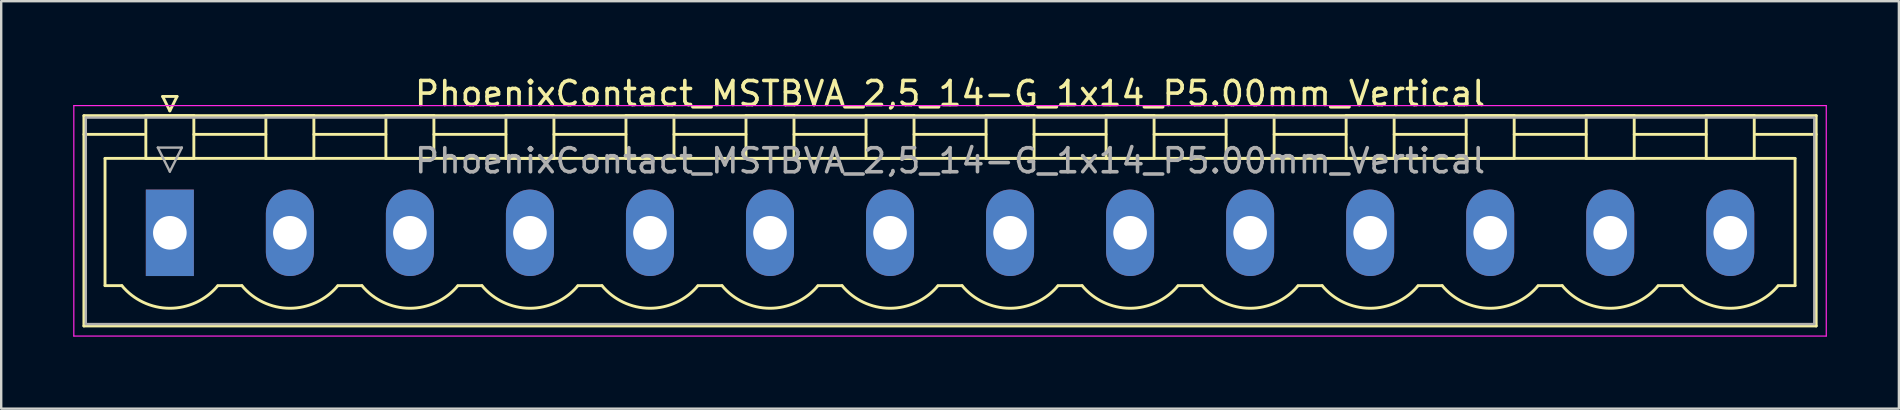
<source format=kicad_pcb>
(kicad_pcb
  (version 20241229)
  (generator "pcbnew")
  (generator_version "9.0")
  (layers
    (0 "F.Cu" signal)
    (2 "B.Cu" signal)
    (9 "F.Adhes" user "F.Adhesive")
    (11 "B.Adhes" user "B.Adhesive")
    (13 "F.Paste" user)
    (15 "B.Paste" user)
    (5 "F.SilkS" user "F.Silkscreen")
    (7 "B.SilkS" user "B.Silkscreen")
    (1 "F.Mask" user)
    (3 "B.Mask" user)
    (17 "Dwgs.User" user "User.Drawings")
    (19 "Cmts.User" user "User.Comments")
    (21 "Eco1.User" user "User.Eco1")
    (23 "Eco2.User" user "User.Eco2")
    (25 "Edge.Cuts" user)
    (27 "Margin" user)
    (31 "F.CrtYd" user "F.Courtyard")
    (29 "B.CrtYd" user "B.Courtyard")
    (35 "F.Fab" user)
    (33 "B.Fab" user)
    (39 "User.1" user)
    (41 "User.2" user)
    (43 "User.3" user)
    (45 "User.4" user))
  (footprint "PhoenixContact_MSTBVA_2,5_14-G_1x14_P5.00mm_Vertical"
    (layer "F.Cu")
    (at 4.025 6.648)
    (property "Reference" "PhoenixContact_MSTBVA_2,5_14-G_1x14_P5.00mm_Vertical" (at 32.5 -5.8 0) (layer "F.SilkS") (effects (font (size 1 1) (thickness 0.15))))
    (attr through_hole)
    (fp_line (start -3.58 -4.88) (end -3.58 3.88) (stroke (width 0.12) (type solid)) (layer "F.SilkS"))
    (fp_line (start -3.58 -4.1) (end -1.08 -4.1) (stroke (width 0.12) (type solid)) (layer "F.SilkS"))
    (fp_line (start -3.58 3.88) (end 68.58 3.88) (stroke (width 0.12) (type solid)) (layer "F.SilkS"))
    (fp_line (start -2.7 -3.1) (end 67.7 -3.1) (stroke (width 0.12) (type solid)) (layer "F.SilkS"))
    (fp_line (start -2.7 2.2) (end -2.7 -3.1) (stroke (width 0.12) (type solid)) (layer "F.SilkS"))
    (fp_line (start -2 2.2) (end -2.7 2.2) (stroke (width 0.12) (type solid)) (layer "F.SilkS"))
    (fp_line (start -1 -4.88) (end 1 -4.88) (stroke (width 0.12) (type solid)) (layer "F.SilkS"))
    (fp_line (start -1 -3.1) (end -1 -4.88) (stroke (width 0.12) (type solid)) (layer "F.SilkS"))
    (fp_line (start -0.3 -5.68) (end 0.3 -5.68) (stroke (width 0.12) (type solid)) (layer "F.SilkS"))
    (fp_line (start 0 -5.08) (end -0.3 -5.68) (stroke (width 0.12) (type solid)) (layer "F.SilkS"))
    (fp_line (start 0.3 -5.68) (end 0 -5.08) (stroke (width 0.12) (type solid)) (layer "F.SilkS"))
    (fp_line (start 1 -4.88) (end 1 -3.1) (stroke (width 0.12) (type solid)) (layer "F.SilkS"))
    (fp_line (start 1 -4.1) (end 4 -4.1) (stroke (width 0.12) (type solid)) (layer "F.SilkS"))
    (fp_line (start 1 -3.1) (end -1 -3.1) (stroke (width 0.12) (type solid)) (layer "F.SilkS"))
    (fp_line (start 2 2.2) (end 3 2.2) (stroke (width 0.12) (type solid)) (layer "F.SilkS"))
    (fp_line (start 4 -4.88) (end 6 -4.88) (stroke (width 0.12) (type solid)) (layer "F.SilkS"))
    (fp_line (start 4 -3.1) (end 4 -4.88) (stroke (width 0.12) (type solid)) (layer "F.SilkS"))
    (fp_line (start 6 -4.88) (end 6 -3.1) (stroke (width 0.12) (type solid)) (layer "F.SilkS"))
    (fp_line (start 6 -4.1) (end 9 -4.1) (stroke (width 0.12) (type solid)) (layer "F.SilkS"))
    (fp_line (start 6 -3.1) (end 4 -3.1) (stroke (width 0.12) (type solid)) (layer "F.SilkS"))
    (fp_line (start 7 2.2) (end 8 2.2) (stroke (width 0.12) (type solid)) (layer "F.SilkS"))
    (fp_line (start 9 -4.88) (end 11 -4.88) (stroke (width 0.12) (type solid)) (layer "F.SilkS"))
    (fp_line (start 9 -3.1) (end 9 -4.88) (stroke (width 0.12) (type solid)) (layer "F.SilkS"))
    (fp_line (start 11 -4.88) (end 11 -3.1) (stroke (width 0.12) (type solid)) (layer "F.SilkS"))
    (fp_line (start 11 -4.1) (end 14 -4.1) (stroke (width 0.12) (type solid)) (layer "F.SilkS"))
    (fp_line (start 11 -3.1) (end 9 -3.1) (stroke (width 0.12) (type solid)) (layer "F.SilkS"))
    (fp_line (start 12 2.2) (end 13 2.2) (stroke (width 0.12) (type solid)) (layer "F.SilkS"))
    (fp_line (start 14 -4.88) (end 16 -4.88) (stroke (width 0.12) (type solid)) (layer "F.SilkS"))
    (fp_line (start 14 -3.1) (end 14 -4.88) (stroke (width 0.12) (type solid)) (layer "F.SilkS"))
    (fp_line (start 16 -4.88) (end 16 -3.1) (stroke (width 0.12) (type solid)) (layer "F.SilkS"))
    (fp_line (start 16 -4.1) (end 19 -4.1) (stroke (width 0.12) (type solid)) (layer "F.SilkS"))
    (fp_line (start 16 -3.1) (end 14 -3.1) (stroke (width 0.12) (type solid)) (layer "F.SilkS"))
    (fp_line (start 17 2.2) (end 18 2.2) (stroke (width 0.12) (type solid)) (layer "F.SilkS"))
    (fp_line (start 19 -4.88) (end 21 -4.88) (stroke (width 0.12) (type solid)) (layer "F.SilkS"))
    (fp_line (start 19 -3.1) (end 19 -4.88) (stroke (width 0.12) (type solid)) (layer "F.SilkS"))
    (fp_line (start 21 -4.88) (end 21 -3.1) (stroke (width 0.12) (type solid)) (layer "F.SilkS"))
    (fp_line (start 21 -4.1) (end 24 -4.1) (stroke (width 0.12) (type solid)) (layer "F.SilkS"))
    (fp_line (start 21 -3.1) (end 19 -3.1) (stroke (width 0.12) (type solid)) (layer "F.SilkS"))
    (fp_line (start 22 2.2) (end 23 2.2) (stroke (width 0.12) (type solid)) (layer "F.SilkS"))
    (fp_line (start 24 -4.88) (end 26 -4.88) (stroke (width 0.12) (type solid)) (layer "F.SilkS"))
    (fp_line (start 24 -3.1) (end 24 -4.88) (stroke (width 0.12) (type solid)) (layer "F.SilkS"))
    (fp_line (start 26 -4.88) (end 26 -3.1) (stroke (width 0.12) (type solid)) (layer "F.SilkS"))
    (fp_line (start 26 -4.1) (end 29 -4.1) (stroke (width 0.12) (type solid)) (layer "F.SilkS"))
    (fp_line (start 26 -3.1) (end 24 -3.1) (stroke (width 0.12) (type solid)) (layer "F.SilkS"))
    (fp_line (start 27 2.2) (end 28 2.2) (stroke (width 0.12) (type solid)) (layer "F.SilkS"))
    (fp_line (start 29 -4.88) (end 31 -4.88) (stroke (width 0.12) (type solid)) (layer "F.SilkS"))
    (fp_line (start 29 -3.1) (end 29 -4.88) (stroke (width 0.12) (type solid)) (layer "F.SilkS"))
    (fp_line (start 31 -4.88) (end 31 -3.1) (stroke (width 0.12) (type solid)) (layer "F.SilkS"))
    (fp_line (start 31 -4.1) (end 34 -4.1) (stroke (width 0.12) (type solid)) (layer "F.SilkS"))
    (fp_line (start 31 -3.1) (end 29 -3.1) (stroke (width 0.12) (type solid)) (layer "F.SilkS"))
    (fp_line (start 32 2.2) (end 33 2.2) (stroke (width 0.12) (type solid)) (layer "F.SilkS"))
    (fp_line (start 34 -4.88) (end 36 -4.88) (stroke (width 0.12) (type solid)) (layer "F.SilkS"))
    (fp_line (start 34 -3.1) (end 34 -4.88) (stroke (width 0.12) (type solid)) (layer "F.SilkS"))
    (fp_line (start 36 -4.88) (end 36 -3.1) (stroke (width 0.12) (type solid)) (layer "F.SilkS"))
    (fp_line (start 36 -4.1) (end 39 -4.1) (stroke (width 0.12) (type solid)) (layer "F.SilkS"))
    (fp_line (start 36 -3.1) (end 34 -3.1) (stroke (width 0.12) (type solid)) (layer "F.SilkS"))
    (fp_line (start 37 2.2) (end 38 2.2) (stroke (width 0.12) (type solid)) (layer "F.SilkS"))
    (fp_line (start 39 -4.88) (end 41 -4.88) (stroke (width 0.12) (type solid)) (layer "F.SilkS"))
    (fp_line (start 39 -3.1) (end 39 -4.88) (stroke (width 0.12) (type solid)) (layer "F.SilkS"))
    (fp_line (start 41 -4.88) (end 41 -3.1) (stroke (width 0.12) (type solid)) (layer "F.SilkS"))
    (fp_line (start 41 -4.1) (end 44 -4.1) (stroke (width 0.12) (type solid)) (layer "F.SilkS"))
    (fp_line (start 41 -3.1) (end 39 -3.1) (stroke (width 0.12) (type solid)) (layer "F.SilkS"))
    (fp_line (start 42 2.2) (end 43 2.2) (stroke (width 0.12) (type solid)) (layer "F.SilkS"))
    (fp_line (start 44 -4.88) (end 46 -4.88) (stroke (width 0.12) (type solid)) (layer "F.SilkS"))
    (fp_line (start 44 -3.1) (end 44 -4.88) (stroke (width 0.12) (type solid)) (layer "F.SilkS"))
    (fp_line (start 46 -4.88) (end 46 -3.1) (stroke (width 0.12) (type solid)) (layer "F.SilkS"))
    (fp_line (start 46 -4.1) (end 49 -4.1) (stroke (width 0.12) (type solid)) (layer "F.SilkS"))
    (fp_line (start 46 -3.1) (end 44 -3.1) (stroke (width 0.12) (type solid)) (layer "F.SilkS"))
    (fp_line (start 47 2.2) (end 48 2.2) (stroke (width 0.12) (type solid)) (layer "F.SilkS"))
    (fp_line (start 49 -4.88) (end 51 -4.88) (stroke (width 0.12) (type solid)) (layer "F.SilkS"))
    (fp_line (start 49 -3.1) (end 49 -4.88) (stroke (width 0.12) (type solid)) (layer "F.SilkS"))
    (fp_line (start 51 -4.88) (end 51 -3.1) (stroke (width 0.12) (type solid)) (layer "F.SilkS"))
    (fp_line (start 51 -4.1) (end 54 -4.1) (stroke (width 0.12) (type solid)) (layer "F.SilkS"))
    (fp_line (start 51 -3.1) (end 49 -3.1) (stroke (width 0.12) (type solid)) (layer "F.SilkS"))
    (fp_line (start 52 2.2) (end 53 2.2) (stroke (width 0.12) (type solid)) (layer "F.SilkS"))
    (fp_line (start 54 -4.88) (end 56 -4.88) (stroke (width 0.12) (type solid)) (layer "F.SilkS"))
    (fp_line (start 54 -3.1) (end 54 -4.88) (stroke (width 0.12) (type solid)) (layer "F.SilkS"))
    (fp_line (start 56 -4.88) (end 56 -3.1) (stroke (width 0.12) (type solid)) (layer "F.SilkS"))
    (fp_line (start 56 -4.1) (end 59 -4.1) (stroke (width 0.12) (type solid)) (layer "F.SilkS"))
    (fp_line (start 56 -3.1) (end 54 -3.1) (stroke (width 0.12) (type solid)) (layer "F.SilkS"))
    (fp_line (start 57 2.2) (end 58 2.2) (stroke (width 0.12) (type solid)) (layer "F.SilkS"))
    (fp_line (start 59 -4.88) (end 61 -4.88) (stroke (width 0.12) (type solid)) (layer "F.SilkS"))
    (fp_line (start 59 -3.1) (end 59 -4.88) (stroke (width 0.12) (type solid)) (layer "F.SilkS"))
    (fp_line (start 61 -4.88) (end 61 -3.1) (stroke (width 0.12) (type solid)) (layer "F.SilkS"))
    (fp_line (start 61 -4.1) (end 64 -4.1) (stroke (width 0.12) (type solid)) (layer "F.SilkS"))
    (fp_line (start 61 -3.1) (end 59 -3.1) (stroke (width 0.12) (type solid)) (layer "F.SilkS"))
    (fp_line (start 62 2.2) (end 63 2.2) (stroke (width 0.12) (type solid)) (layer "F.SilkS"))
    (fp_line (start 64 -4.88) (end 66 -4.88) (stroke (width 0.12) (type solid)) (layer "F.SilkS"))
    (fp_line (start 64 -3.1) (end 64 -4.88) (stroke (width 0.12) (type solid)) (layer "F.SilkS"))
    (fp_line (start 66 -4.88) (end 66 -3.1) (stroke (width 0.12) (type solid)) (layer "F.SilkS"))
    (fp_line (start 66 -3.1) (end 64 -3.1) (stroke (width 0.12) (type solid)) (layer "F.SilkS"))
    (fp_line (start 67.7 -3.1) (end 67.7 2.2) (stroke (width 0.12) (type solid)) (layer "F.SilkS"))
    (fp_line (start 67.7 2.2) (end 67 2.2) (stroke (width 0.12) (type solid)) (layer "F.SilkS"))
    (fp_line (start 68.58 -4.88) (end -3.58 -4.88) (stroke (width 0.12) (type solid)) (layer "F.SilkS"))
    (fp_line (start 68.58 -4.1) (end 66.08 -4.1) (stroke (width 0.12) (type solid)) (layer "F.SilkS"))
    (fp_line (start 68.58 3.88) (end 68.58 -4.88) (stroke (width 0.12) (type solid)) (layer "F.SilkS"))
    (fp_arc (start 1.986842 2.215821) (mid -0.010289 3.142758) (end -2 2.2) (stroke (width 0.12) (type solid)) (layer "F.SilkS"))
    (fp_arc (start 6.986842 2.215821) (mid 4.989711 3.142758) (end 3 2.2) (stroke (width 0.12) (type solid)) (layer "F.SilkS"))
    (fp_arc (start 11.986842 2.215821) (mid 9.989711 3.142758) (end 8 2.2) (stroke (width 0.12) (type solid)) (layer "F.SilkS"))
    (fp_arc (start 16.986842 2.215821) (mid 14.989711 3.142758) (end 13 2.2) (stroke (width 0.12) (type solid)) (layer "F.SilkS"))
    (fp_arc (start 21.986842 2.215821) (mid 19.989711 3.142758) (end 18 2.2) (stroke (width 0.12) (type solid)) (layer "F.SilkS"))
    (fp_arc (start 26.986842 2.215821) (mid 24.989711 3.142758) (end 23 2.2) (stroke (width 0.12) (type solid)) (layer "F.SilkS"))
    (fp_arc (start 31.986842 2.215821) (mid 29.989711 3.142758) (end 28 2.2) (stroke (width 0.12) (type solid)) (layer "F.SilkS"))
    (fp_arc (start 36.986842 2.215821) (mid 34.989711 3.142758) (end 33 2.2) (stroke (width 0.12) (type solid)) (layer "F.SilkS"))
    (fp_arc (start 41.986842 2.215821) (mid 39.989711 3.142758) (end 38 2.2) (stroke (width 0.12) (type solid)) (layer "F.SilkS"))
    (fp_arc (start 46.986842 2.215821) (mid 44.989711 3.142758) (end 43 2.2) (stroke (width 0.12) (type solid)) (layer "F.SilkS"))
    (fp_arc (start 51.986842 2.215821) (mid 49.989711 3.142758) (end 48 2.2) (stroke (width 0.12) (type solid)) (layer "F.SilkS"))
    (fp_arc (start 56.986842 2.215821) (mid 54.989711 3.142758) (end 53 2.2) (stroke (width 0.12) (type solid)) (layer "F.SilkS"))
    (fp_arc (start 61.986842 2.215821) (mid 59.989711 3.142758) (end 58 2.2) (stroke (width 0.12) (type solid)) (layer "F.SilkS"))
    (fp_arc (start 66.986842 2.215821) (mid 64.989711 3.142758) (end 63 2.2) (stroke (width 0.12) (type solid)) (layer "F.SilkS"))
    (fp_line (start -4 -5.3) (end -4 4.3) (stroke (width 0.05) (type solid)) (layer "F.CrtYd"))
    (fp_line (start -4 4.3) (end 69 4.3) (stroke (width 0.05) (type solid)) (layer "F.CrtYd"))
    (fp_line (start 69 -5.3) (end -4 -5.3) (stroke (width 0.05) (type solid)) (layer "F.CrtYd"))
    (fp_line (start 69 4.3) (end 69 -5.3) (stroke (width 0.05) (type solid)) (layer "F.CrtYd"))
    (fp_line (start -3.5 -4.8) (end -3.5 3.8) (stroke (width 0.1) (type solid)) (layer "F.Fab"))
    (fp_line (start -3.5 3.8) (end 68.5 3.8) (stroke (width 0.1) (type solid)) (layer "F.Fab"))
    (fp_line (start -0.5 -3.55) (end 0.5 -3.55) (stroke (width 0.1) (type solid)) (layer "F.Fab"))
    (fp_line (start 0 -2.55) (end -0.5 -3.55) (stroke (width 0.1) (type solid)) (layer "F.Fab"))
    (fp_line (start 0.5 -3.55) (end 0 -2.55) (stroke (width 0.1) (type solid)) (layer "F.Fab"))
    (fp_line (start 68.5 -4.8) (end -3.5 -4.8) (stroke (width 0.1) (type solid)) (layer "F.Fab"))
    (fp_line (start 68.5 3.8) (end 68.5 -4.8) (stroke (width 0.1) (type solid)) (layer "F.Fab"))
    (fp_text user "${REFERENCE}" (at 32.5 -3 0) (layer "F.Fab") (effects (font (size 1 1) (thickness 0.15))))
    (pad "1" thru_hole rect (at 0 0) (size 2 3.6) (drill 1.4) (layers "*.Cu" "*.Mask"))
    (pad "2" thru_hole oval (at 5 0) (size 2 3.6) (drill 1.4) (layers "*.Cu" "*.Mask"))
    (pad "3" thru_hole oval (at 10 0) (size 2 3.6) (drill 1.4) (layers "*.Cu" "*.Mask"))
    (pad "4" thru_hole oval (at 15 0) (size 2 3.6) (drill 1.4) (layers "*.Cu" "*.Mask"))
    (pad "5" thru_hole oval (at 20 0) (size 2 3.6) (drill 1.4) (layers "*.Cu" "*.Mask"))
    (pad "6" thru_hole oval (at 25 0) (size 2 3.6) (drill 1.4) (layers "*.Cu" "*.Mask"))
    (pad "7" thru_hole oval (at 30 0) (size 2 3.6) (drill 1.4) (layers "*.Cu" "*.Mask"))
    (pad "8" thru_hole oval (at 35 0) (size 2 3.6) (drill 1.4) (layers "*.Cu" "*.Mask"))
    (pad "9" thru_hole oval (at 40 0) (size 2 3.6) (drill 1.4) (layers "*.Cu" "*.Mask"))
    (pad "10" thru_hole oval (at 45 0) (size 2 3.6) (drill 1.4) (layers "*.Cu" "*.Mask"))
    (pad "11" thru_hole oval (at 50 0) (size 2 3.6) (drill 1.4) (layers "*.Cu" "*.Mask"))
    (pad "12" thru_hole oval (at 55 0) (size 2 3.6) (drill 1.4) (layers "*.Cu" "*.Mask"))
    (pad "13" thru_hole oval (at 60 0) (size 2 3.6) (drill 1.4) (layers "*.Cu" "*.Mask"))
    (pad "14" thru_hole oval (at 65 0) (size 2 3.6) (drill 1.4) (layers "*.Cu" "*.Mask")))
  (gr_rect
    (start -3 -3)
    (end 76.05 13.973)
    (stroke (width 0.1) (type default))
    (fill no)
    (layer "Edge.Cuts")))
</source>
